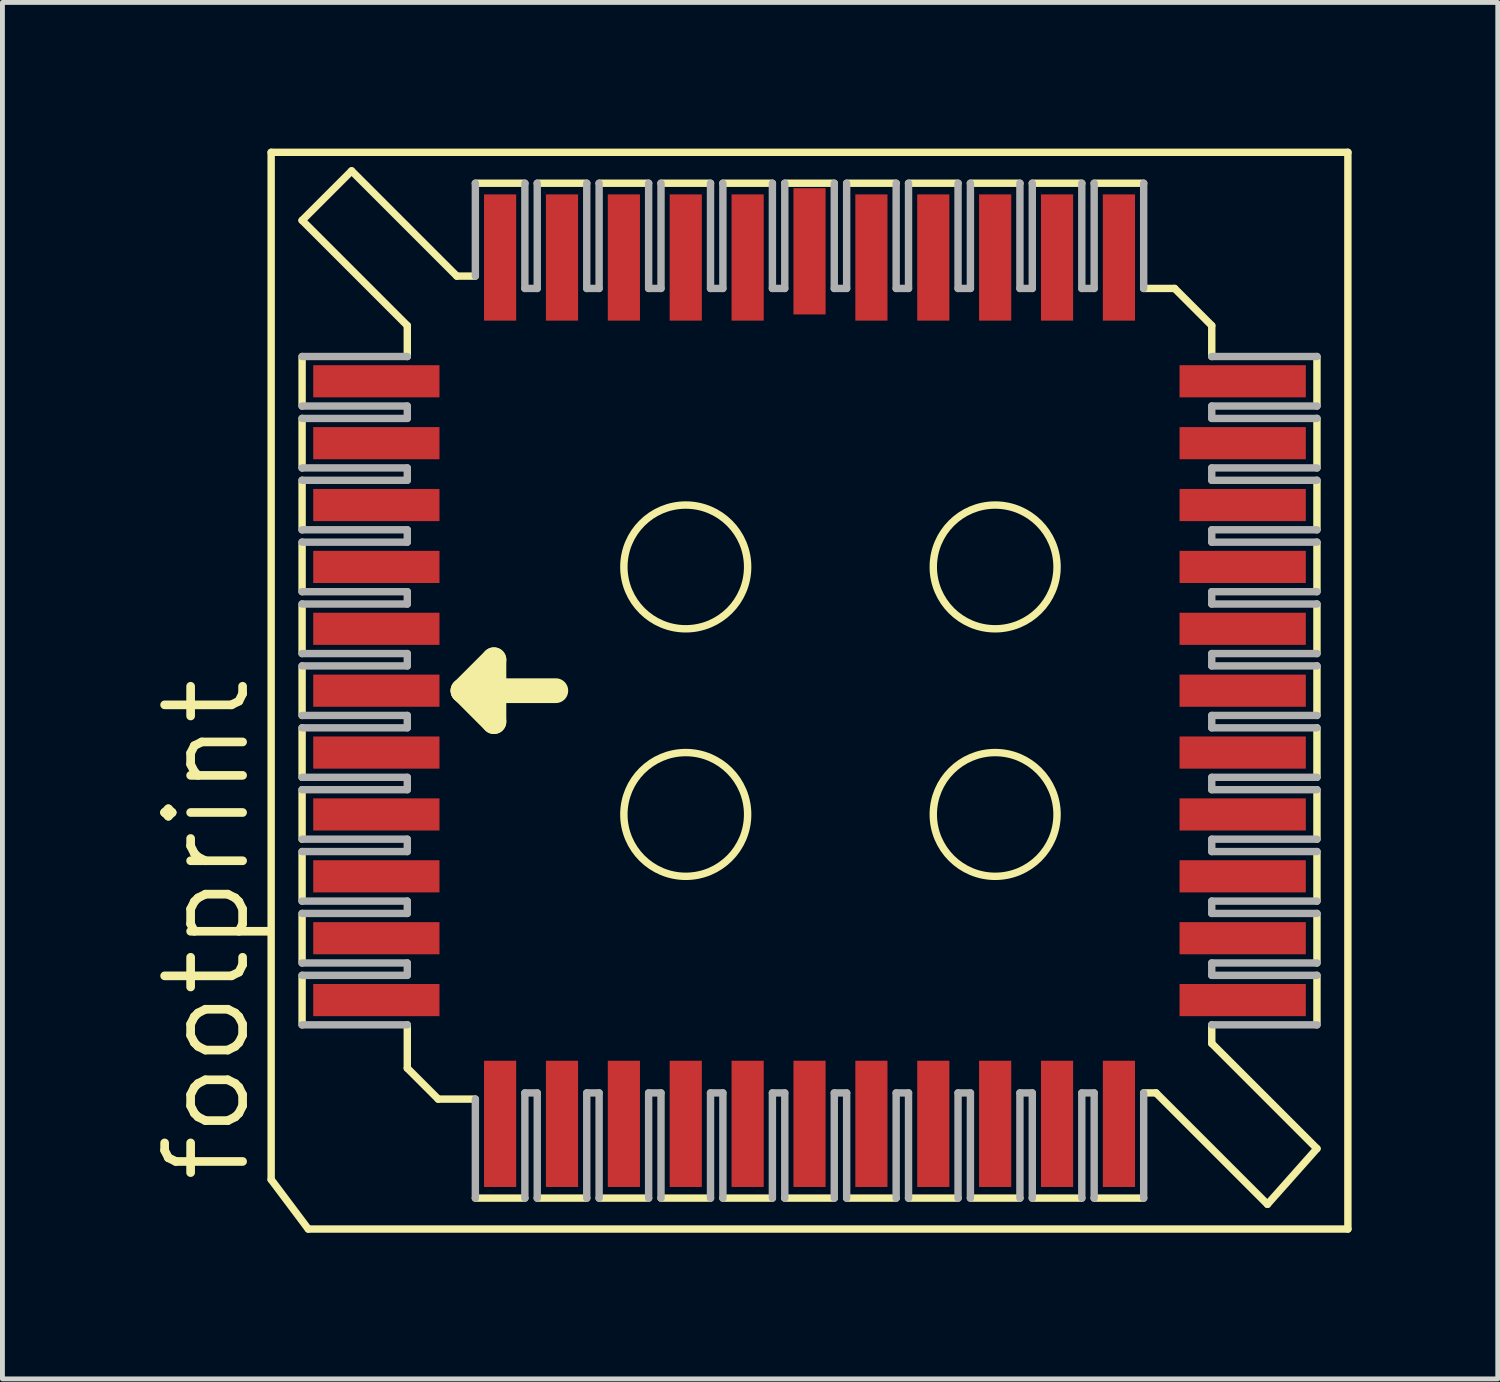
<source format=kicad_pcb>
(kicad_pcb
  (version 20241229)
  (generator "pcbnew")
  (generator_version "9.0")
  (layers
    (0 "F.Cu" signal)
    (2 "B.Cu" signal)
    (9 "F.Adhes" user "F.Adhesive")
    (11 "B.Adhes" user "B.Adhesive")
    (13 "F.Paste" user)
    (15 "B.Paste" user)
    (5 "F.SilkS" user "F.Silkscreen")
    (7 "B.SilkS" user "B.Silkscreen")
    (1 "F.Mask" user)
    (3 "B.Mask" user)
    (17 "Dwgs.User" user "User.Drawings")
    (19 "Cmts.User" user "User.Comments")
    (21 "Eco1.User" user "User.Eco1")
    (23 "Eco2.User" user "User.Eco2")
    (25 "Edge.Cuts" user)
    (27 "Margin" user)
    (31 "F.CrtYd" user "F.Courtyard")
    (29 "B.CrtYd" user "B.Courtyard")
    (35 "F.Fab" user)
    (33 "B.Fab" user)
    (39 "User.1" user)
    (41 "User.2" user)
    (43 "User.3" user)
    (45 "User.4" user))
  (footprint "footprint"
    (layer "F.Cu")
    (at 13.564 11.125)
    (property "Reference" "footprint" (at -11.43 10.16 90) (layer "F.SilkS") (effects (font (size 1.6 1.6) (thickness 0.178)) (justify left bottom)))
    (fp_line (start -11.049 -11.049) (end -11.049 10.033) (stroke (width 0.152) (type solid)) (layer "F.SilkS"))
    (fp_line (start -11.049 10.033) (end -10.287 11.049) (stroke (width 0.152) (type solid)) (layer "F.SilkS"))
    (fp_line (start -10.414 -9.652) (end -8.255 -7.493) (stroke (width 0.152) (type solid)) (layer "F.SilkS"))
    (fp_line (start -10.414 -5.842) (end -10.414 -6.858) (stroke (width 0.152) (type solid)) (layer "F.SilkS"))
    (fp_line (start -10.414 -4.572) (end -10.414 -5.588) (stroke (width 0.152) (type solid)) (layer "F.SilkS"))
    (fp_line (start -10.414 -4.318) (end -10.414 -3.302) (stroke (width 0.152) (type solid)) (layer "F.SilkS"))
    (fp_line (start -10.414 -3.048) (end -10.414 -2.032) (stroke (width 0.152) (type solid)) (layer "F.SilkS"))
    (fp_line (start -10.414 -1.778) (end -10.414 -0.762) (stroke (width 0.152) (type solid)) (layer "F.SilkS"))
    (fp_line (start -10.414 -0.508) (end -10.414 0.508) (stroke (width 0.152) (type solid)) (layer "F.SilkS"))
    (fp_line (start -10.414 0.762) (end -10.414 1.778) (stroke (width 0.152) (type solid)) (layer "F.SilkS"))
    (fp_line (start -10.414 2.032) (end -10.414 3.048) (stroke (width 0.152) (type solid)) (layer "F.SilkS"))
    (fp_line (start -10.414 3.302) (end -10.414 4.318) (stroke (width 0.152) (type solid)) (layer "F.SilkS"))
    (fp_line (start -10.414 4.572) (end -10.414 5.588) (stroke (width 0.152) (type solid)) (layer "F.SilkS"))
    (fp_line (start -10.414 5.842) (end -10.414 6.858) (stroke (width 0.152) (type solid)) (layer "F.SilkS"))
    (fp_line (start -10.287 11.049) (end 11.049 11.049) (stroke (width 0.152) (type solid)) (layer "F.SilkS"))
    (fp_line (start -9.398 -10.668) (end -10.414 -9.652) (stroke (width 0.152) (type solid)) (layer "F.SilkS"))
    (fp_line (start -9.398 -10.668) (end -7.239 -8.509) (stroke (width 0.152) (type solid)) (layer "F.SilkS"))
    (fp_line (start -8.255 -6.858) (end -8.255 -7.493) (stroke (width 0.152) (type solid)) (layer "F.SilkS"))
    (fp_line (start -8.255 6.858) (end -8.255 7.747) (stroke (width 0.152) (type solid)) (layer "F.SilkS"))
    (fp_line (start -8.255 7.747) (end -7.62 8.382) (stroke (width 0.152) (type solid)) (layer "F.SilkS"))
    (fp_line (start -7.239 -8.509) (end -6.858 -8.509) (stroke (width 0.152) (type solid)) (layer "F.SilkS"))
    (fp_line (start -7.112 0) (end -6.477 -0.635) (stroke (width 0.508) (type solid)) (layer "F.SilkS"))
    (fp_line (start -7.112 0) (end -5.207 0) (stroke (width 0.508) (type solid)) (layer "F.SilkS"))
    (fp_line (start -6.858 -10.414) (end -5.842 -10.414) (stroke (width 0.152) (type solid)) (layer "F.SilkS"))
    (fp_line (start -6.858 8.382) (end -7.62 8.382) (stroke (width 0.152) (type solid)) (layer "F.SilkS"))
    (fp_line (start -6.477 -0.635) (end -6.477 0.635) (stroke (width 0.508) (type solid)) (layer "F.SilkS"))
    (fp_line (start -6.477 0.635) (end -7.112 0) (stroke (width 0.508) (type solid)) (layer "F.SilkS"))
    (fp_line (start -5.842 10.414) (end -6.858 10.414) (stroke (width 0.152) (type solid)) (layer "F.SilkS"))
    (fp_line (start -5.588 -10.414) (end -4.572 -10.414) (stroke (width 0.152) (type solid)) (layer "F.SilkS"))
    (fp_line (start -4.572 10.414) (end -5.588 10.414) (stroke (width 0.152) (type solid)) (layer "F.SilkS"))
    (fp_line (start -4.318 -10.414) (end -3.302 -10.414) (stroke (width 0.152) (type solid)) (layer "F.SilkS"))
    (fp_line (start -3.302 10.414) (end -4.318 10.414) (stroke (width 0.152) (type solid)) (layer "F.SilkS"))
    (fp_line (start -3.048 -10.414) (end -2.032 -10.414) (stroke (width 0.152) (type solid)) (layer "F.SilkS"))
    (fp_line (start -2.032 10.414) (end -3.048 10.414) (stroke (width 0.152) (type solid)) (layer "F.SilkS"))
    (fp_line (start -1.778 -10.414) (end -0.762 -10.414) (stroke (width 0.152) (type solid)) (layer "F.SilkS"))
    (fp_line (start -0.762 10.414) (end -1.778 10.414) (stroke (width 0.152) (type solid)) (layer "F.SilkS"))
    (fp_line (start -0.508 -10.414) (end 0.508 -10.414) (stroke (width 0.152) (type solid)) (layer "F.SilkS"))
    (fp_line (start 0.508 10.414) (end -0.508 10.414) (stroke (width 0.152) (type solid)) (layer "F.SilkS"))
    (fp_line (start 0.762 -10.414) (end 1.778 -10.414) (stroke (width 0.152) (type solid)) (layer "F.SilkS"))
    (fp_line (start 1.778 10.414) (end 0.762 10.414) (stroke (width 0.152) (type solid)) (layer "F.SilkS"))
    (fp_line (start 2.032 -10.414) (end 3.048 -10.414) (stroke (width 0.152) (type solid)) (layer "F.SilkS"))
    (fp_line (start 3.048 10.414) (end 2.032 10.414) (stroke (width 0.152) (type solid)) (layer "F.SilkS"))
    (fp_line (start 3.302 -10.414) (end 4.318 -10.414) (stroke (width 0.152) (type solid)) (layer "F.SilkS"))
    (fp_line (start 4.318 10.414) (end 3.302 10.414) (stroke (width 0.152) (type solid)) (layer "F.SilkS"))
    (fp_line (start 4.572 -10.414) (end 5.588 -10.414) (stroke (width 0.152) (type solid)) (layer "F.SilkS"))
    (fp_line (start 4.572 10.414) (end 5.588 10.414) (stroke (width 0.152) (type solid)) (layer "F.SilkS"))
    (fp_line (start 5.842 -10.414) (end 6.858 -10.414) (stroke (width 0.152) (type solid)) (layer "F.SilkS"))
    (fp_line (start 5.842 10.414) (end 6.858 10.414) (stroke (width 0.152) (type solid)) (layer "F.SilkS"))
    (fp_line (start 6.858 -8.255) (end 7.493 -8.255) (stroke (width 0.152) (type solid)) (layer "F.SilkS"))
    (fp_line (start 6.858 8.255) (end 7.112 8.255) (stroke (width 0.152) (type solid)) (layer "F.SilkS"))
    (fp_line (start 7.493 -8.255) (end 8.255 -7.493) (stroke (width 0.152) (type solid)) (layer "F.SilkS"))
    (fp_line (start 8.255 -6.858) (end 8.255 -7.493) (stroke (width 0.152) (type solid)) (layer "F.SilkS"))
    (fp_line (start 8.255 6.858) (end 8.255 7.239) (stroke (width 0.152) (type solid)) (layer "F.SilkS"))
    (fp_line (start 9.398 10.541) (end 7.112 8.255) (stroke (width 0.152) (type solid)) (layer "F.SilkS"))
    (fp_line (start 10.414 -6.858) (end 10.414 -5.842) (stroke (width 0.152) (type solid)) (layer "F.SilkS"))
    (fp_line (start 10.414 -5.588) (end 10.414 -4.572) (stroke (width 0.152) (type solid)) (layer "F.SilkS"))
    (fp_line (start 10.414 -3.302) (end 10.414 -4.318) (stroke (width 0.152) (type solid)) (layer "F.SilkS"))
    (fp_line (start 10.414 -2.032) (end 10.414 -3.048) (stroke (width 0.152) (type solid)) (layer "F.SilkS"))
    (fp_line (start 10.414 -0.762) (end 10.414 -1.778) (stroke (width 0.152) (type solid)) (layer "F.SilkS"))
    (fp_line (start 10.414 0.508) (end 10.414 -0.508) (stroke (width 0.152) (type solid)) (layer "F.SilkS"))
    (fp_line (start 10.414 1.778) (end 10.414 0.762) (stroke (width 0.152) (type solid)) (layer "F.SilkS"))
    (fp_line (start 10.414 3.048) (end 10.414 2.032) (stroke (width 0.152) (type solid)) (layer "F.SilkS"))
    (fp_line (start 10.414 4.318) (end 10.414 3.302) (stroke (width 0.152) (type solid)) (layer "F.SilkS"))
    (fp_line (start 10.414 4.572) (end 10.414 5.588) (stroke (width 0.152) (type solid)) (layer "F.SilkS"))
    (fp_line (start 10.414 5.842) (end 10.414 6.858) (stroke (width 0.152) (type solid)) (layer "F.SilkS"))
    (fp_line (start 10.414 9.398) (end 8.255 7.239) (stroke (width 0.152) (type solid)) (layer "F.SilkS"))
    (fp_line (start 10.414 9.398) (end 9.398 10.541) (stroke (width 0.152) (type solid)) (layer "F.SilkS"))
    (fp_line (start 11.049 -11.049) (end -11.049 -11.049) (stroke (width 0.152) (type solid)) (layer "F.SilkS"))
    (fp_line (start 11.049 -11.049) (end 11.049 11.049) (stroke (width 0.152) (type solid)) (layer "F.SilkS"))
    (fp_circle (center -2.54 -2.54) (end -1.27 -2.54) (stroke (width 0.152) (type solid)) (fill no) (layer "F.SilkS"))
    (fp_circle (center -2.54 2.54) (end -1.27 2.54) (stroke (width 0.152) (type solid)) (fill no) (layer "F.SilkS"))
    (fp_circle (center 3.81 -2.54) (end 5.08 -2.54) (stroke (width 0.152) (type solid)) (fill no) (layer "F.SilkS"))
    (fp_circle (center 3.81 2.54) (end 5.08 2.54) (stroke (width 0.152) (type solid)) (fill no) (layer "F.SilkS"))
    (fp_line (start -10.414 -6.858) (end -8.255 -6.858) (stroke (width 0.152) (type solid)) (layer "F.Fab"))
    (fp_line (start -10.414 -5.842) (end -8.255 -5.842) (stroke (width 0.152) (type solid)) (layer "F.Fab"))
    (fp_line (start -10.414 -5.588) (end -8.255 -5.588) (stroke (width 0.152) (type solid)) (layer "F.Fab"))
    (fp_line (start -10.414 -4.572) (end -8.255 -4.572) (stroke (width 0.152) (type solid)) (layer "F.Fab"))
    (fp_line (start -10.414 -4.318) (end -8.255 -4.318) (stroke (width 0.152) (type solid)) (layer "F.Fab"))
    (fp_line (start -10.414 -3.048) (end -8.255 -3.048) (stroke (width 0.152) (type solid)) (layer "F.Fab"))
    (fp_line (start -10.414 -1.778) (end -8.255 -1.778) (stroke (width 0.152) (type solid)) (layer "F.Fab"))
    (fp_line (start -10.414 -0.508) (end -8.255 -0.508) (stroke (width 0.152) (type solid)) (layer "F.Fab"))
    (fp_line (start -10.414 0.762) (end -8.255 0.762) (stroke (width 0.152) (type solid)) (layer "F.Fab"))
    (fp_line (start -10.414 2.032) (end -8.255 2.032) (stroke (width 0.152) (type solid)) (layer "F.Fab"))
    (fp_line (start -10.414 3.302) (end -8.255 3.302) (stroke (width 0.152) (type solid)) (layer "F.Fab"))
    (fp_line (start -10.414 4.572) (end -8.255 4.572) (stroke (width 0.152) (type solid)) (layer "F.Fab"))
    (fp_line (start -10.414 6.858) (end -8.255 6.858) (stroke (width 0.152) (type solid)) (layer "F.Fab"))
    (fp_line (start -8.255 -5.588) (end -8.255 -5.842) (stroke (width 0.152) (type solid)) (layer "F.Fab"))
    (fp_line (start -8.255 -4.318) (end -8.255 -4.572) (stroke (width 0.152) (type solid)) (layer "F.Fab"))
    (fp_line (start -8.255 -3.302) (end -10.414 -3.302) (stroke (width 0.152) (type solid)) (layer "F.Fab"))
    (fp_line (start -8.255 -3.302) (end -8.255 -3.048) (stroke (width 0.152) (type solid)) (layer "F.Fab"))
    (fp_line (start -8.255 -2.032) (end -10.414 -2.032) (stroke (width 0.152) (type solid)) (layer "F.Fab"))
    (fp_line (start -8.255 -2.032) (end -8.255 -1.778) (stroke (width 0.152) (type solid)) (layer "F.Fab"))
    (fp_line (start -8.255 -0.762) (end -10.414 -0.762) (stroke (width 0.152) (type solid)) (layer "F.Fab"))
    (fp_line (start -8.255 -0.762) (end -8.255 -0.508) (stroke (width 0.152) (type solid)) (layer "F.Fab"))
    (fp_line (start -8.255 0.508) (end -10.414 0.508) (stroke (width 0.152) (type solid)) (layer "F.Fab"))
    (fp_line (start -8.255 0.508) (end -8.255 0.762) (stroke (width 0.152) (type solid)) (layer "F.Fab"))
    (fp_line (start -8.255 1.778) (end -10.414 1.778) (stroke (width 0.152) (type solid)) (layer "F.Fab"))
    (fp_line (start -8.255 1.778) (end -8.255 2.032) (stroke (width 0.152) (type solid)) (layer "F.Fab"))
    (fp_line (start -8.255 3.048) (end -10.414 3.048) (stroke (width 0.152) (type solid)) (layer "F.Fab"))
    (fp_line (start -8.255 3.048) (end -8.255 3.302) (stroke (width 0.152) (type solid)) (layer "F.Fab"))
    (fp_line (start -8.255 4.318) (end -10.414 4.318) (stroke (width 0.152) (type solid)) (layer "F.Fab"))
    (fp_line (start -8.255 4.318) (end -8.255 4.572) (stroke (width 0.152) (type solid)) (layer "F.Fab"))
    (fp_line (start -8.255 5.588) (end -10.414 5.588) (stroke (width 0.152) (type solid)) (layer "F.Fab"))
    (fp_line (start -8.255 5.588) (end -8.255 5.842) (stroke (width 0.152) (type solid)) (layer "F.Fab"))
    (fp_line (start -8.255 5.842) (end -10.414 5.842) (stroke (width 0.152) (type solid)) (layer "F.Fab"))
    (fp_line (start -6.858 -8.509) (end -6.858 -10.414) (stroke (width 0.152) (type solid)) (layer "F.Fab"))
    (fp_line (start -6.858 8.382) (end -6.858 10.414) (stroke (width 0.152) (type solid)) (layer "F.Fab"))
    (fp_line (start -5.842 -8.255) (end -5.842 -10.414) (stroke (width 0.152) (type solid)) (layer "F.Fab"))
    (fp_line (start -5.842 -8.255) (end -5.588 -8.255) (stroke (width 0.152) (type solid)) (layer "F.Fab"))
    (fp_line (start -5.842 10.414) (end -5.842 8.255) (stroke (width 0.152) (type solid)) (layer "F.Fab"))
    (fp_line (start -5.588 -10.414) (end -5.588 -8.255) (stroke (width 0.152) (type solid)) (layer "F.Fab"))
    (fp_line (start -5.588 8.255) (end -5.842 8.255) (stroke (width 0.152) (type solid)) (layer "F.Fab"))
    (fp_line (start -5.588 8.255) (end -5.588 10.414) (stroke (width 0.152) (type solid)) (layer "F.Fab"))
    (fp_line (start -4.572 -8.255) (end -4.572 -10.414) (stroke (width 0.152) (type solid)) (layer "F.Fab"))
    (fp_line (start -4.572 -8.255) (end -4.318 -8.255) (stroke (width 0.152) (type solid)) (layer "F.Fab"))
    (fp_line (start -4.572 10.414) (end -4.572 8.255) (stroke (width 0.152) (type solid)) (layer "F.Fab"))
    (fp_line (start -4.318 -10.414) (end -4.318 -8.255) (stroke (width 0.152) (type solid)) (layer "F.Fab"))
    (fp_line (start -4.318 8.255) (end -4.572 8.255) (stroke (width 0.152) (type solid)) (layer "F.Fab"))
    (fp_line (start -4.318 8.255) (end -4.318 10.414) (stroke (width 0.152) (type solid)) (layer "F.Fab"))
    (fp_line (start -3.302 -8.255) (end -3.302 -10.414) (stroke (width 0.152) (type solid)) (layer "F.Fab"))
    (fp_line (start -3.302 -8.255) (end -3.048 -8.255) (stroke (width 0.152) (type solid)) (layer "F.Fab"))
    (fp_line (start -3.302 10.414) (end -3.302 8.255) (stroke (width 0.152) (type solid)) (layer "F.Fab"))
    (fp_line (start -3.048 -10.414) (end -3.048 -8.255) (stroke (width 0.152) (type solid)) (layer "F.Fab"))
    (fp_line (start -3.048 8.255) (end -3.302 8.255) (stroke (width 0.152) (type solid)) (layer "F.Fab"))
    (fp_line (start -3.048 8.255) (end -3.048 10.414) (stroke (width 0.152) (type solid)) (layer "F.Fab"))
    (fp_line (start -2.032 -8.255) (end -2.032 -10.414) (stroke (width 0.152) (type solid)) (layer "F.Fab"))
    (fp_line (start -2.032 -8.255) (end -1.778 -8.255) (stroke (width 0.152) (type solid)) (layer "F.Fab"))
    (fp_line (start -2.032 10.414) (end -2.032 8.255) (stroke (width 0.152) (type solid)) (layer "F.Fab"))
    (fp_line (start -1.778 -10.414) (end -1.778 -8.255) (stroke (width 0.152) (type solid)) (layer "F.Fab"))
    (fp_line (start -1.778 8.255) (end -2.032 8.255) (stroke (width 0.152) (type solid)) (layer "F.Fab"))
    (fp_line (start -1.778 8.255) (end -1.778 10.414) (stroke (width 0.152) (type solid)) (layer "F.Fab"))
    (fp_line (start -0.762 -8.255) (end -0.762 -10.414) (stroke (width 0.152) (type solid)) (layer "F.Fab"))
    (fp_line (start -0.762 -8.255) (end -0.508 -8.255) (stroke (width 0.152) (type solid)) (layer "F.Fab"))
    (fp_line (start -0.762 10.414) (end -0.762 8.255) (stroke (width 0.152) (type solid)) (layer "F.Fab"))
    (fp_line (start -0.508 -10.414) (end -0.508 -8.255) (stroke (width 0.152) (type solid)) (layer "F.Fab"))
    (fp_line (start -0.508 8.255) (end -0.762 8.255) (stroke (width 0.152) (type solid)) (layer "F.Fab"))
    (fp_line (start -0.508 8.255) (end -0.508 10.414) (stroke (width 0.152) (type solid)) (layer "F.Fab"))
    (fp_line (start 0.508 -8.255) (end 0.508 -10.414) (stroke (width 0.152) (type solid)) (layer "F.Fab"))
    (fp_line (start 0.508 -8.255) (end 0.762 -8.255) (stroke (width 0.152) (type solid)) (layer "F.Fab"))
    (fp_line (start 0.508 10.414) (end 0.508 8.255) (stroke (width 0.152) (type solid)) (layer "F.Fab"))
    (fp_line (start 0.762 -10.414) (end 0.762 -8.255) (stroke (width 0.152) (type solid)) (layer "F.Fab"))
    (fp_line (start 0.762 8.255) (end 0.508 8.255) (stroke (width 0.152) (type solid)) (layer "F.Fab"))
    (fp_line (start 0.762 8.255) (end 0.762 10.414) (stroke (width 0.152) (type solid)) (layer "F.Fab"))
    (fp_line (start 1.778 -8.255) (end 1.778 -10.414) (stroke (width 0.152) (type solid)) (layer "F.Fab"))
    (fp_line (start 1.778 -8.255) (end 2.032 -8.255) (stroke (width 0.152) (type solid)) (layer "F.Fab"))
    (fp_line (start 1.778 10.414) (end 1.778 8.255) (stroke (width 0.152) (type solid)) (layer "F.Fab"))
    (fp_line (start 2.032 -10.414) (end 2.032 -8.255) (stroke (width 0.152) (type solid)) (layer "F.Fab"))
    (fp_line (start 2.032 8.255) (end 1.778 8.255) (stroke (width 0.152) (type solid)) (layer "F.Fab"))
    (fp_line (start 2.032 10.414) (end 2.032 8.255) (stroke (width 0.152) (type solid)) (layer "F.Fab"))
    (fp_line (start 3.048 -8.255) (end 3.048 -10.414) (stroke (width 0.152) (type solid)) (layer "F.Fab"))
    (fp_line (start 3.048 -8.255) (end 3.302 -8.255) (stroke (width 0.152) (type solid)) (layer "F.Fab"))
    (fp_line (start 3.048 10.414) (end 3.048 8.255) (stroke (width 0.152) (type solid)) (layer "F.Fab"))
    (fp_line (start 3.302 -10.414) (end 3.302 -8.255) (stroke (width 0.152) (type solid)) (layer "F.Fab"))
    (fp_line (start 3.302 8.255) (end 3.048 8.255) (stroke (width 0.152) (type solid)) (layer "F.Fab"))
    (fp_line (start 3.302 8.255) (end 3.302 10.414) (stroke (width 0.152) (type solid)) (layer "F.Fab"))
    (fp_line (start 4.318 -8.255) (end 4.318 -10.414) (stroke (width 0.152) (type solid)) (layer "F.Fab"))
    (fp_line (start 4.318 -8.255) (end 4.572 -8.255) (stroke (width 0.152) (type solid)) (layer "F.Fab"))
    (fp_line (start 4.318 8.255) (end 4.572 8.255) (stroke (width 0.152) (type solid)) (layer "F.Fab"))
    (fp_line (start 4.318 10.414) (end 4.318 8.255) (stroke (width 0.152) (type solid)) (layer "F.Fab"))
    (fp_line (start 4.572 -10.414) (end 4.572 -8.255) (stroke (width 0.152) (type solid)) (layer "F.Fab"))
    (fp_line (start 4.572 10.414) (end 4.572 8.255) (stroke (width 0.152) (type solid)) (layer "F.Fab"))
    (fp_line (start 5.588 -8.255) (end 5.588 -10.414) (stroke (width 0.152) (type solid)) (layer "F.Fab"))
    (fp_line (start 5.588 -8.255) (end 5.842 -8.255) (stroke (width 0.152) (type solid)) (layer "F.Fab"))
    (fp_line (start 5.588 8.255) (end 5.842 8.255) (stroke (width 0.152) (type solid)) (layer "F.Fab"))
    (fp_line (start 5.588 10.414) (end 5.588 8.255) (stroke (width 0.152) (type solid)) (layer "F.Fab"))
    (fp_line (start 5.842 -8.255) (end 5.842 -10.414) (stroke (width 0.152) (type solid)) (layer "F.Fab"))
    (fp_line (start 5.842 10.414) (end 5.842 8.255) (stroke (width 0.152) (type solid)) (layer "F.Fab"))
    (fp_line (start 6.858 -8.255) (end 6.858 -10.414) (stroke (width 0.152) (type solid)) (layer "F.Fab"))
    (fp_line (start 6.858 10.414) (end 6.858 8.255) (stroke (width 0.152) (type solid)) (layer "F.Fab"))
    (fp_line (start 8.255 -5.842) (end 8.255 -5.588) (stroke (width 0.152) (type solid)) (layer "F.Fab"))
    (fp_line (start 8.255 -5.842) (end 10.414 -5.842) (stroke (width 0.152) (type solid)) (layer "F.Fab"))
    (fp_line (start 8.255 -4.572) (end 10.414 -4.572) (stroke (width 0.152) (type solid)) (layer "F.Fab"))
    (fp_line (start 8.255 -4.318) (end 8.255 -4.572) (stroke (width 0.152) (type solid)) (layer "F.Fab"))
    (fp_line (start 8.255 -4.318) (end 10.414 -4.318) (stroke (width 0.152) (type solid)) (layer "F.Fab"))
    (fp_line (start 8.255 -3.048) (end 8.255 -3.302) (stroke (width 0.152) (type solid)) (layer "F.Fab"))
    (fp_line (start 8.255 -3.048) (end 10.414 -3.048) (stroke (width 0.152) (type solid)) (layer "F.Fab"))
    (fp_line (start 8.255 -1.778) (end 8.255 -2.032) (stroke (width 0.152) (type solid)) (layer "F.Fab"))
    (fp_line (start 8.255 -1.778) (end 10.414 -1.778) (stroke (width 0.152) (type solid)) (layer "F.Fab"))
    (fp_line (start 8.255 -0.508) (end 8.255 -0.762) (stroke (width 0.152) (type solid)) (layer "F.Fab"))
    (fp_line (start 8.255 -0.508) (end 10.414 -0.508) (stroke (width 0.152) (type solid)) (layer "F.Fab"))
    (fp_line (start 8.255 0.762) (end 8.255 0.508) (stroke (width 0.152) (type solid)) (layer "F.Fab"))
    (fp_line (start 8.255 0.762) (end 10.414 0.762) (stroke (width 0.152) (type solid)) (layer "F.Fab"))
    (fp_line (start 8.255 2.032) (end 8.255 1.778) (stroke (width 0.152) (type solid)) (layer "F.Fab"))
    (fp_line (start 8.255 2.032) (end 10.414 2.032) (stroke (width 0.152) (type solid)) (layer "F.Fab"))
    (fp_line (start 8.255 3.302) (end 8.255 3.048) (stroke (width 0.152) (type solid)) (layer "F.Fab"))
    (fp_line (start 8.255 3.302) (end 10.414 3.302) (stroke (width 0.152) (type solid)) (layer "F.Fab"))
    (fp_line (start 8.255 4.318) (end 8.255 4.572) (stroke (width 0.152) (type solid)) (layer "F.Fab"))
    (fp_line (start 8.255 5.588) (end 8.255 5.842) (stroke (width 0.152) (type solid)) (layer "F.Fab"))
    (fp_line (start 8.255 5.588) (end 10.414 5.588) (stroke (width 0.152) (type solid)) (layer "F.Fab"))
    (fp_line (start 8.255 5.842) (end 10.414 5.842) (stroke (width 0.152) (type solid)) (layer "F.Fab"))
    (fp_line (start 10.414 -6.858) (end 8.255 -6.858) (stroke (width 0.152) (type solid)) (layer "F.Fab"))
    (fp_line (start 10.414 -5.588) (end 8.255 -5.588) (stroke (width 0.152) (type solid)) (layer "F.Fab"))
    (fp_line (start 10.414 -3.302) (end 8.255 -3.302) (stroke (width 0.152) (type solid)) (layer "F.Fab"))
    (fp_line (start 10.414 -2.032) (end 8.255 -2.032) (stroke (width 0.152) (type solid)) (layer "F.Fab"))
    (fp_line (start 10.414 -0.762) (end 8.255 -0.762) (stroke (width 0.152) (type solid)) (layer "F.Fab"))
    (fp_line (start 10.414 0.508) (end 8.255 0.508) (stroke (width 0.152) (type solid)) (layer "F.Fab"))
    (fp_line (start 10.414 1.778) (end 8.255 1.778) (stroke (width 0.152) (type solid)) (layer "F.Fab"))
    (fp_line (start 10.414 3.048) (end 8.255 3.048) (stroke (width 0.152) (type solid)) (layer "F.Fab"))
    (fp_line (start 10.414 4.318) (end 8.255 4.318) (stroke (width 0.152) (type solid)) (layer "F.Fab"))
    (fp_line (start 10.414 4.572) (end 8.255 4.572) (stroke (width 0.152) (type solid)) (layer "F.Fab"))
    (fp_line (start 10.414 6.858) (end 8.255 6.858) (stroke (width 0.152) (type solid)) (layer "F.Fab"))
    (pad "1" smd rect (at -8.89 0) (size 2.591 0.66) (layers "F.Cu" "F.Mask" "F.Paste"))
    (pad "2" smd rect (at -8.89 1.27) (size 2.591 0.66) (layers "F.Cu" "F.Mask" "F.Paste"))
    (pad "3" smd rect (at -8.89 2.54) (size 2.591 0.66) (layers "F.Cu" "F.Mask" "F.Paste"))
    (pad "4" smd rect (at -8.89 3.81) (size 2.591 0.66) (layers "F.Cu" "F.Mask" "F.Paste"))
    (pad "5" smd rect (at -8.89 5.08) (size 2.591 0.66) (layers "F.Cu" "F.Mask" "F.Paste"))
    (pad "6" smd rect (at -8.89 6.35) (size 2.591 0.66) (layers "F.Cu" "F.Mask" "F.Paste"))
    (pad "7" smd rect (at -6.35 8.89) (size 0.66 2.591) (layers "F.Cu" "F.Mask" "F.Paste"))
    (pad "8" smd rect (at -5.08 8.89) (size 0.66 2.591) (layers "F.Cu" "F.Mask" "F.Paste"))
    (pad "9" smd rect (at -3.81 8.89) (size 0.66 2.591) (layers "F.Cu" "F.Mask" "F.Paste"))
    (pad "10" smd rect (at -2.54 8.89) (size 0.66 2.591) (layers "F.Cu" "F.Mask" "F.Paste"))
    (pad "11" smd rect (at -1.27 8.89) (size 0.66 2.591) (layers "F.Cu" "F.Mask" "F.Paste"))
    (pad "12" smd rect (at 0 8.89) (size 0.66 2.591) (layers "F.Cu" "F.Mask" "F.Paste"))
    (pad "13" smd rect (at 1.27 8.89) (size 0.66 2.591) (layers "F.Cu" "F.Mask" "F.Paste"))
    (pad "14" smd rect (at 2.54 8.89) (size 0.66 2.591) (layers "F.Cu" "F.Mask" "F.Paste"))
    (pad "15" smd rect (at 3.81 8.89) (size 0.66 2.591) (layers "F.Cu" "F.Mask" "F.Paste"))
    (pad "16" smd rect (at 5.08 8.89) (size 0.66 2.591) (layers "F.Cu" "F.Mask" "F.Paste"))
    (pad "17" smd rect (at 6.35 8.89) (size 0.66 2.591) (layers "F.Cu" "F.Mask" "F.Paste"))
    (pad "18" smd rect (at 8.89 6.35) (size 2.591 0.66) (layers "F.Cu" "F.Mask" "F.Paste"))
    (pad "19" smd rect (at 8.89 5.08) (size 2.591 0.66) (layers "F.Cu" "F.Mask" "F.Paste"))
    (pad "20" smd rect (at 8.89 3.81) (size 2.591 0.66) (layers "F.Cu" "F.Mask" "F.Paste"))
    (pad "21" smd rect (at 8.89 2.54) (size 2.591 0.66) (layers "F.Cu" "F.Mask" "F.Paste"))
    (pad "22" smd rect (at 8.89 1.27) (size 2.591 0.66) (layers "F.Cu" "F.Mask" "F.Paste"))
    (pad "23" smd rect (at 8.89 0) (size 2.591 0.66) (layers "F.Cu" "F.Mask" "F.Paste"))
    (pad "24" smd rect (at 8.89 -1.27) (size 2.591 0.66) (layers "F.Cu" "F.Mask" "F.Paste"))
    (pad "25" smd rect (at 8.89 -2.54) (size 2.591 0.66) (layers "F.Cu" "F.Mask" "F.Paste"))
    (pad "26" smd rect (at 8.89 -3.81) (size 2.591 0.66) (layers "F.Cu" "F.Mask" "F.Paste"))
    (pad "27" smd rect (at 8.89 -5.08) (size 2.591 0.66) (layers "F.Cu" "F.Mask" "F.Paste"))
    (pad "28" smd rect (at 8.89 -6.35) (size 2.591 0.66) (layers "F.Cu" "F.Mask" "F.Paste"))
    (pad "29" smd rect (at 6.35 -8.89) (size 0.66 2.591) (layers "F.Cu" "F.Mask" "F.Paste"))
    (pad "30" smd rect (at 5.08 -8.89) (size 0.66 2.591) (layers "F.Cu" "F.Mask" "F.Paste"))
    (pad "31" smd rect (at 3.81 -8.89) (size 0.66 2.591) (layers "F.Cu" "F.Mask" "F.Paste"))
    (pad "32" smd rect (at 2.54 -8.89) (size 0.66 2.591) (layers "F.Cu" "F.Mask" "F.Paste"))
    (pad "33" smd rect (at 1.27 -8.89) (size 0.66 2.591) (layers "F.Cu" "F.Mask" "F.Paste"))
    (pad "34" smd rect (at 0 -9.017) (size 0.66 2.591) (layers "F.Cu" "F.Mask" "F.Paste"))
    (pad "35" smd rect (at -1.27 -8.89) (size 0.66 2.591) (layers "F.Cu" "F.Mask" "F.Paste"))
    (pad "36" smd rect (at -2.54 -8.89) (size 0.66 2.591) (layers "F.Cu" "F.Mask" "F.Paste"))
    (pad "37" smd rect (at -3.81 -8.89) (size 0.66 2.591) (layers "F.Cu" "F.Mask" "F.Paste"))
    (pad "38" smd rect (at -5.08 -8.89) (size 0.66 2.591) (layers "F.Cu" "F.Mask" "F.Paste"))
    (pad "39" smd rect (at -6.35 -8.89) (size 0.66 2.591) (layers "F.Cu" "F.Mask" "F.Paste"))
    (pad "40" smd rect (at -8.89 -6.35) (size 2.591 0.66) (layers "F.Cu" "F.Mask" "F.Paste"))
    (pad "41" smd rect (at -8.89 -5.08) (size 2.591 0.66) (layers "F.Cu" "F.Mask" "F.Paste"))
    (pad "42" smd rect (at -8.89 -3.81) (size 2.591 0.66) (layers "F.Cu" "F.Mask" "F.Paste"))
    (pad "43" smd rect (at -8.89 -2.54) (size 2.591 0.66) (layers "F.Cu" "F.Mask" "F.Paste"))
    (pad "44" smd rect (at -8.89 -1.27) (size 2.591 0.66) (layers "F.Cu" "F.Mask" "F.Paste")))
  (gr_rect
    (start -3 -3)
    (end 27.689 25.25)
    (stroke (width 0.1) (type default))
    (fill no)
    (layer "Edge.Cuts")))
</source>
